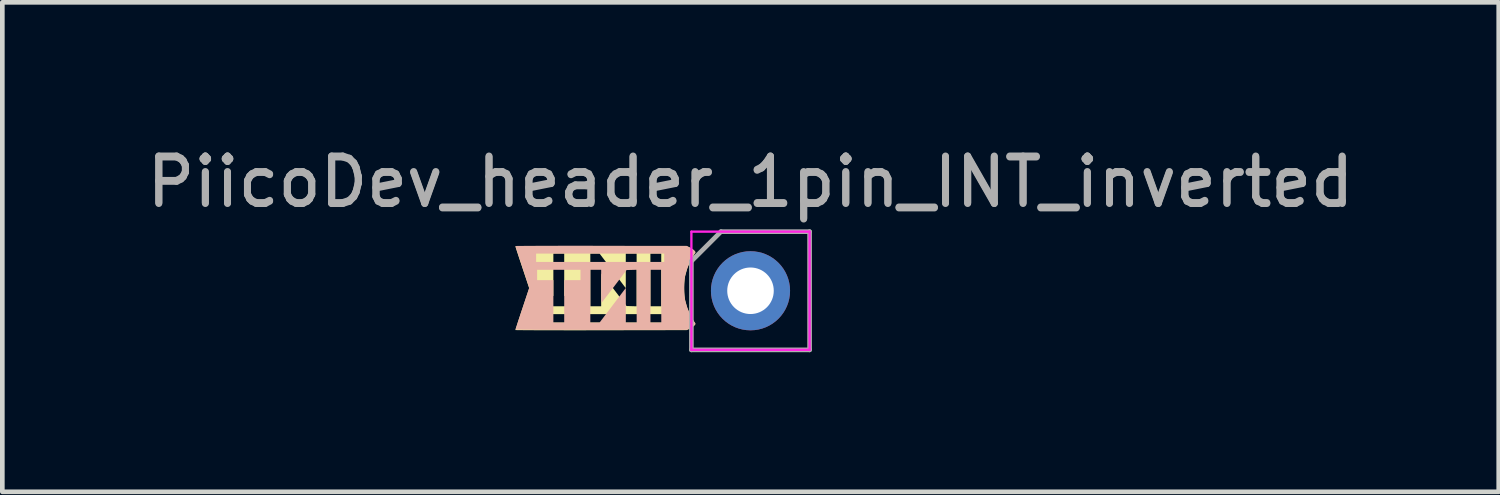
<source format=kicad_pcb>
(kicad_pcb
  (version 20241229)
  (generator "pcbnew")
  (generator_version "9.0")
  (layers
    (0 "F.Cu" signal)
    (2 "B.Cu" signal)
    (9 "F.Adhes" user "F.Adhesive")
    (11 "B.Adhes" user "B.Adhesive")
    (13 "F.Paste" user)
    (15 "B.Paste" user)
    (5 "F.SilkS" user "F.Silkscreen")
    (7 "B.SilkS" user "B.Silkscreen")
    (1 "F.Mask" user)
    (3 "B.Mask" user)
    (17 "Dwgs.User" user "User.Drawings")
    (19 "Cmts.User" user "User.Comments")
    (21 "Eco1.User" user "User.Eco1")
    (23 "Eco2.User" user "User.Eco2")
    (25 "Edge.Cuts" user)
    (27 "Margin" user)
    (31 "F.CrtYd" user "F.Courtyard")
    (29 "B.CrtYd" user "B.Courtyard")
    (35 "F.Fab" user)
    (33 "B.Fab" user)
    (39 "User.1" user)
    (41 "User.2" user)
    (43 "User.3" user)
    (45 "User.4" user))
  (footprint "PiicoDev_header_1pin_INT_inverted"
    (layer "F.Cu")
    (at 13.077 3.198)
    (property "Reference" "PiicoDev_header_1pin_INT_inverted" (at 0 -2.33 180) (layer "F.Fab") (effects (font (size 1 1) (thickness 0.15))))
    (attr through_hole)
    (fp_poly (pts (xy -3.956 0.85) (xy -4.122 0.849) (xy -4.278 0.849) (xy -4.423 0.849) (xy -4.555 0.849) (xy -4.675 0.848) (xy -4.779 0.848) (xy -4.869 0.847) (xy -4.942 0.846) (xy -4.997 0.846) (xy -5.034 0.845) (xy -5.051 0.844) (xy -5.052 0.844) (xy -5.048 0.832) (xy -5.039 0.803) (xy -5.024 0.757) (xy -5.005 0.698) (xy -4.982 0.627) (xy -4.955 0.546) (xy -4.926 0.458) (xy -4.903 0.391) (xy -4.755 -0.053) (xy -4.903 -0.498) (xy -4.934 -0.591) (xy -4.963 -0.677) (xy -4.989 -0.756) (xy -5.011 -0.824) (xy -5.029 -0.879) (xy -5.042 -0.92) (xy -5.05 -0.945) (xy -5.052 -0.951) (xy -5.041 -0.952) (xy -5.011 -0.953) (xy -4.961 -0.953) (xy -4.894 -0.954) (xy -4.809 -0.955) (xy -4.709 -0.955) (xy -4.594 -0.956) (xy -4.466 -0.957) (xy -4.325 -0.957) (xy -4.172 -0.958) (xy -4.009 -0.958) (xy -3.837 -0.958) (xy -3.656 -0.959) (xy -3.468 -0.959) (xy -3.274 -0.959) (xy -3.212 -0.959) (xy -1.372 -0.959) (xy -1.314 -0.932) (xy -1.274 -0.909) (xy -1.235 -0.882) (xy -1.217 -0.867) (xy -1.179 -0.829) (xy -1.224 -0.759) (xy -1.299 -0.625) (xy -1.358 -0.482) (xy -1.402 -0.327) (xy -1.405 -0.313) (xy -1.416 -0.246) (xy -1.423 -0.165) (xy -1.426 -0.076) (xy -1.425 0.015) (xy -1.42 0.1) (xy -1.411 0.174) (xy -1.406 0.204) (xy -1.373 0.325) (xy -1.371 0.333) (xy -1.918 0.333) (xy -1.918 -0.8) (xy -2.151 -0.8) (xy -2.447 -0.8) (xy -2.68 -0.8) (xy -2.68 -0.056) (xy -2.962 -0.428) (xy -3.244 -0.8) (xy -3.442 -0.8) (xy -3.442 0.333) (xy -3.654 0.333) (xy -3.654 0.111) (xy -4.003 0.111) (xy -4.003 -0.8) (xy -4.236 -0.8) (xy -4.236 0.111) (xy -4.586 0.111) (xy -4.586 0.333) (xy -3.654 0.333) (xy -3.442 0.333) (xy -3.209 0.333) (xy -3.209 -0.024) (xy -3.209 -0.121) (xy -3.209 -0.199) (xy -3.208 -0.259) (xy -3.207 -0.304) (xy -3.206 -0.335) (xy -3.204 -0.355) (xy -3.201 -0.365) (xy -3.197 -0.368) (xy -3.194 -0.366) (xy -3.184 -0.354) (xy -3.163 -0.327) (xy -3.133 -0.288) (xy -3.093 -0.237) (xy -3.047 -0.177) (xy -2.995 -0.109) (xy -2.94 -0.036) (xy -2.921 -0.011) (xy -2.663 0.328) (xy -2.555 0.331) (xy -2.447 0.334) (xy -2.447 -0.8) (xy -2.151 -0.8) (xy -2.151 0.333) (xy -1.918 0.333) (xy -1.371 0.333) (xy -1.33 0.444) (xy -1.279 0.555) (xy -1.222 0.651) (xy -1.22 0.655) (xy -1.202 0.682) (xy -1.854 0.682) (xy -1.854 0.502) (xy -4.607 0.502) (xy -4.607 0.682) (xy -1.854 0.682) (xy -1.202 0.682) (xy -1.201 0.684) (xy -1.19 0.708) (xy -1.187 0.718) (xy -1.196 0.737) (xy -1.221 0.761) (xy -1.258 0.788) (xy -1.302 0.813) (xy -1.314 0.819) (xy -1.372 0.846) (xy -3.212 0.849) (xy -3.408 0.849) (xy -3.598 0.85) (xy -3.781 0.85) (xy -3.956 0.85)) (stroke (width 0) (type solid)) (fill yes) (layer "F.SilkS"))
    (fp_poly (pts (xy -3.955 -0.967) (xy -4.121 -0.967) (xy -4.277 -0.966) (xy -4.422 -0.966) (xy -4.555 -0.966) (xy -4.674 -0.965) (xy -4.779 -0.965) (xy -4.868 -0.964) (xy -4.941 -0.963) (xy -4.996 -0.963) (xy -5.033 -0.962) (xy -5.05 -0.961) (xy -5.051 -0.961) (xy -5.048 -0.949) (xy -5.038 -0.92) (xy -5.024 -0.875) (xy -5.004 -0.815) (xy -4.981 -0.744) (xy -4.954 -0.663) (xy -4.925 -0.575) (xy -4.903 -0.508) (xy -4.755 -0.064) (xy -4.903 0.381) (xy -4.934 0.474) (xy -4.962 0.56) (xy -4.988 0.638) (xy -5.01 0.706) (xy -5.028 0.762) (xy -5.042 0.803) (xy -5.049 0.828) (xy -5.051 0.834) (xy -5.041 0.835) (xy -5.01 0.835) (xy -4.961 0.836) (xy -4.893 0.837) (xy -4.809 0.838) (xy -4.709 0.838) (xy -4.594 0.839) (xy -4.465 0.84) (xy -4.324 0.84) (xy -4.171 0.84) (xy -4.008 0.841) (xy -3.836 0.841) (xy -3.655 0.841) (xy -3.468 0.842) (xy -3.274 0.842) (xy -3.211 0.842) (xy -1.372 0.841) (xy -1.314 0.815) (xy -1.273 0.792) (xy -1.234 0.765) (xy -1.217 0.75) (xy -1.178 0.712) (xy -1.223 0.642) (xy -1.299 0.508) (xy -1.358 0.365) (xy -1.402 0.21) (xy -1.405 0.196) (xy -1.415 0.129) (xy -1.422 0.048) (xy -1.425 -0.041) (xy -1.424 -0.132) (xy -1.419 -0.217) (xy -1.411 -0.291) (xy -1.405 -0.321) (xy -1.373 -0.442) (xy -1.37 -0.45) (xy -1.917 -0.45) (xy -1.917 0.683) (xy -2.15 0.683) (xy -2.446 0.683) (xy -2.679 0.683) (xy -2.679 -0.061) (xy -2.961 0.311) (xy -3.243 0.683) (xy -3.442 0.683) (xy -3.442 -0.45) (xy -3.653 -0.45) (xy -3.653 -0.228) (xy -4.003 -0.228) (xy -4.003 0.683) (xy -4.236 0.683) (xy -4.236 -0.228) (xy -4.585 -0.228) (xy -4.585 -0.45) (xy -3.653 -0.45) (xy -3.442 -0.45) (xy -3.209 -0.45) (xy -3.209 -0.093) (xy -3.209 0.004) (xy -3.208 0.082) (xy -3.208 0.142) (xy -3.207 0.187) (xy -3.205 0.218) (xy -3.203 0.238) (xy -3.2 0.248) (xy -3.197 0.251) (xy -3.193 0.248) (xy -3.184 0.237) (xy -3.163 0.21) (xy -3.132 0.171) (xy -3.093 0.12) (xy -3.046 0.059) (xy -2.995 -0.008) (xy -2.939 -0.081) (xy -2.92 -0.106) (xy -2.663 -0.445) (xy -2.555 -0.448) (xy -2.446 -0.451) (xy -2.446 0.683) (xy -2.15 0.683) (xy -2.15 -0.45) (xy -1.917 -0.45) (xy -1.37 -0.45) (xy -1.33 -0.561) (xy -1.279 -0.672) (xy -1.222 -0.768) (xy -1.219 -0.772) (xy -1.202 -0.799) (xy -1.854 -0.799) (xy -1.854 -0.619) (xy -4.606 -0.619) (xy -4.606 -0.799) (xy -1.854 -0.799) (xy -1.202 -0.799) (xy -1.201 -0.801) (xy -1.189 -0.825) (xy -1.187 -0.835) (xy -1.196 -0.854) (xy -1.22 -0.878) (xy -1.257 -0.905) (xy -1.302 -0.93) (xy -1.314 -0.936) (xy -1.372 -0.964) (xy -3.211 -0.966) (xy -3.407 -0.967) (xy -3.597 -0.967) (xy -3.78 -0.967) (xy -3.955 -0.967)) (stroke (width 0) (type solid)) (fill yes) (layer "B.SilkS"))
    (fp_line (start -1.27 -1.27) (end 1.27 -1.27) (stroke (width 0.05) (type solid)) (layer "F.CrtYd"))
    (fp_line (start -1.27 1.27) (end -1.27 -1.27) (stroke (width 0.05) (type solid)) (layer "F.CrtYd"))
    (fp_line (start -1.27 1.27) (end 1.27 1.27) (stroke (width 0.05) (type solid)) (layer "F.CrtYd"))
    (fp_line (start 1.27 1.27) (end 1.27 -1.27) (stroke (width 0.05) (type solid)) (layer "F.CrtYd"))
    (fp_line (start -1.27 -0.635) (end -0.635 -1.27) (stroke (width 0.1) (type solid)) (layer "F.Fab"))
    (fp_line (start -1.27 1.27) (end -1.27 -0.635) (stroke (width 0.1) (type solid)) (layer "F.Fab"))
    (fp_line (start -0.635 -1.27) (end 1.27 -1.27) (stroke (width 0.1) (type solid)) (layer "F.Fab"))
    (fp_line (start 1.27 -1.27) (end 1.27 1.27) (stroke (width 0.1) (type solid)) (layer "F.Fab"))
    (fp_line (start 1.27 1.27) (end -1.27 1.27) (stroke (width 0.1) (type solid)) (layer "F.Fab"))
    (fp_text user "${REFERENCE}" (at 0 -2.35 180) (layer "F.Fab") (effects (font (size 1 1) (thickness 0.15))))
    (pad "1" thru_hole circle (at 0 0) (size 1.7 1.7) (drill 1) (layers "*.Cu" "*.Mask")))
  (gr_rect
    (start -3 -3)
    (end 29.155 7.518)
    (stroke (width 0.1) (type default))
    (fill no)
    (layer "Edge.Cuts")))
</source>
